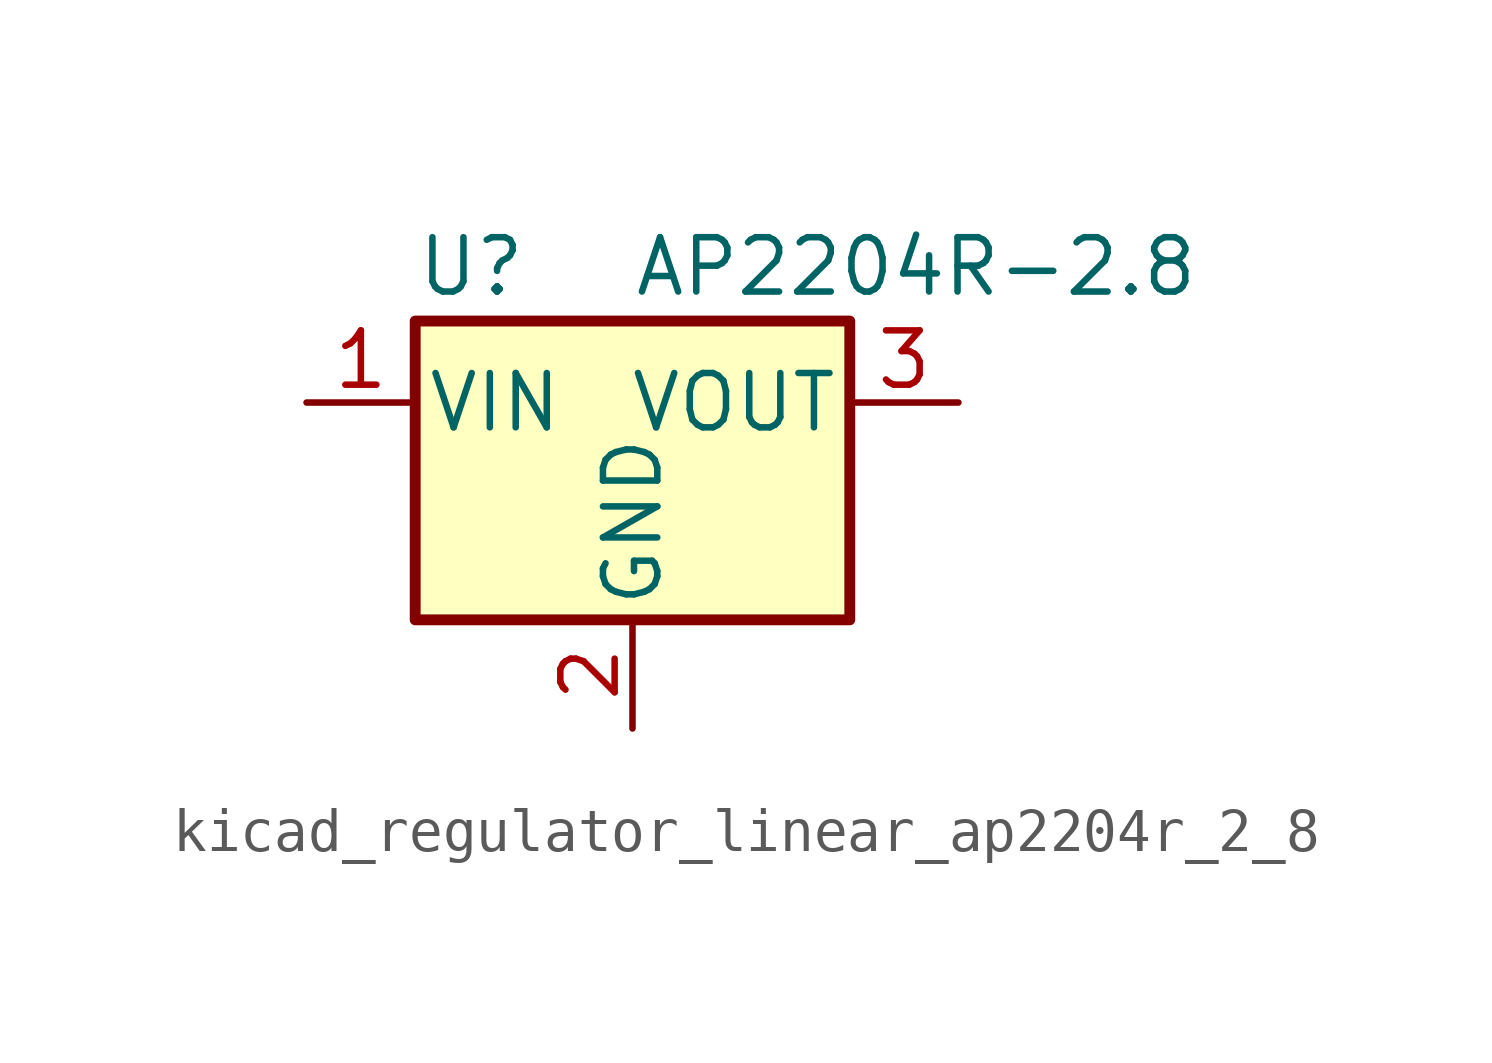
<source format=kicad_sym>
(kicad_symbol_lib
  (version 20220914)
  (generator kicad_symbol_editor)
  (symbol "kicad_regulator_linear_ap2204r_2_8"
    (pin_names
      (offset 0.254))
    (property "Reference" "U"
      (at -5.08 3.175 0)
      (effects (font (size 1.27 1.27)) (justify left)))
    (property "Value" "AP2204R-2.8"
      (at 0 3.175 0)
      (effects (font (size 1.27 1.27)) (justify left)))
    (symbol "kicad_regulator_linear_ap2204r_2_8_0_1"
      (rectangle (start -5.08 1.905) (end 5.08 -5.08) (stroke (width 0.254) (type default)) (fill (type background))))
    (symbol "kicad_regulator_linear_ap2204r_2_8_1_1"
      (pin power_in line (at -7.62 0 0) (length 2.54) (name "VIN" (effects (font (size 1.27 1.27)))) (number "1" (effects (font (size 1.27 1.27)))))
      (pin power_in line (at 0 -7.62 90) (length 2.54) (name "GND" (effects (font (size 1.27 1.27)))) (number "2" (effects (font (size 1.27 1.27)))))
      (pin power_out line (at 7.62 0 180) (length 2.54) (name "VOUT" (effects (font (size 1.27 1.27)))) (number "3" (effects (font (size 1.27 1.27))))))))
</source>
